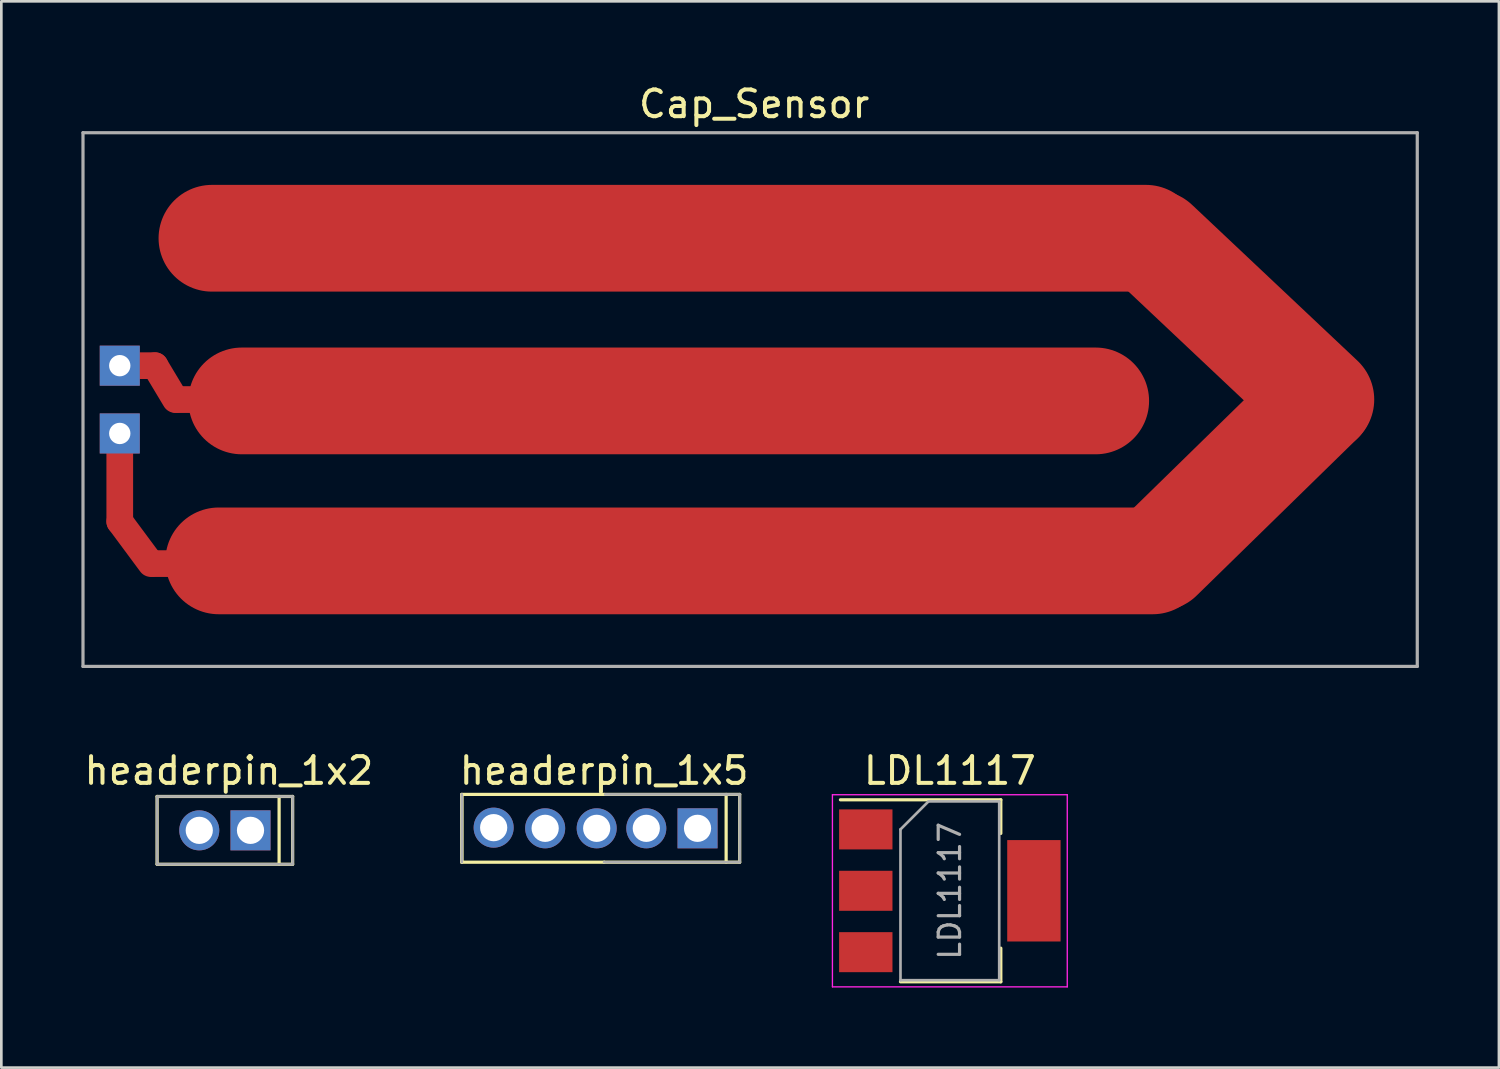
<source format=kicad_pcb>
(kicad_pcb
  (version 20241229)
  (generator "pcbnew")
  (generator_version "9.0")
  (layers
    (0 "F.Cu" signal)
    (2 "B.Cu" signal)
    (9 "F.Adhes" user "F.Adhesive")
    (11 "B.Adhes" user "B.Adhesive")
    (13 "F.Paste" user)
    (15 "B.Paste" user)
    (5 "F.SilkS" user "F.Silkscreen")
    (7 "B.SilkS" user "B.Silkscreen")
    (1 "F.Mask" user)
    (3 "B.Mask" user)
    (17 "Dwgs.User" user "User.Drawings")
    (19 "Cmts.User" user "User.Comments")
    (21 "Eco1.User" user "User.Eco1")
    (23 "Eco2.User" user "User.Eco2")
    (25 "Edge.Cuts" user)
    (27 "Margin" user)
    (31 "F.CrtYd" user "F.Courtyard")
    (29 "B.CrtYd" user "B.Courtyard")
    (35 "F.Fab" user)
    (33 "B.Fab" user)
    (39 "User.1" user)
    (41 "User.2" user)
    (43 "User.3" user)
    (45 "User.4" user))
  (footprint "Cap_Sensor"
    (layer "F.Cu")
    (at 25.06 11.923)
    (property "Reference" "Cap_Sensor" (at 0.152 -11.074 0) (layer "F.SilkS") (effects (font (size 1 1) (thickness 0.15))))
    (attr through_hole)
    (fp_line (start -23.622 1.27) (end -23.622 4.572) (stroke (width 1) (type solid)) (layer "F.Cu"))
    (fp_line (start -23.622 4.572) (end -22.454 6.147) (stroke (width 1) (type solid)) (layer "F.Cu"))
    (fp_line (start -23.571 -1.27) (end -22.301 -1.27) (stroke (width 1) (type solid)) (layer "F.Cu"))
    (fp_line (start -22.352 6.147) (end -21.031 6.147) (stroke (width 1) (type solid)) (layer "F.Cu"))
    (fp_line (start -22.301 -1.27) (end -21.539 0) (stroke (width 1) (type solid)) (layer "F.Cu"))
    (fp_line (start -21.488 0) (end -20.676 0) (stroke (width 1) (type solid)) (layer "F.Cu"))
    (fp_line (start -20.168 -6.045) (end 14.832 -6.045) (stroke (width 4) (type solid)) (layer "F.Cu"))
    (fp_line (start -19.914 6.045) (end 15.086 6.045) (stroke (width 4) (type solid)) (layer "F.Cu"))
    (fp_line (start -19.05 0.051) (end 12.95 0.051) (stroke (width 4) (type solid)) (layer "F.Cu"))
    (fp_line (start 15.336 5.914) (end 21.336 0.051) (stroke (width 4) (type solid)) (layer "F.Cu"))
    (fp_line (start 21.387 0) (end 15.189 -5.842) (stroke (width 4) (type solid)) (layer "F.Cu"))
    (fp_line (start -25 -10) (end -25 10) (stroke (width 0.12) (type solid)) (layer "F.Fab"))
    (fp_line (start -25 -10) (end 25 -10) (stroke (width 0.12) (type solid)) (layer "F.Fab"))
    (fp_line (start -25 10) (end 25 10) (stroke (width 0.12) (type solid)) (layer "F.Fab"))
    (fp_line (start 25 -10) (end 25 10) (stroke (width 0.12) (type solid)) (layer "F.Fab"))
    (pad "1" thru_hole rect (at -23.622 -1.27) (size 1.5 1.5) (drill 0.8) (layers "*.Cu" "*.Mask"))
    (pad "2" thru_hole rect (at -23.622 1.27) (size 1.5 1.5) (drill 0.8) (layers "*.Cu" "*.Mask")))
  (footprint "headerpin_1x5"
    (layer "F.Cu")
    (at 19.335 27.99)
    (property "Reference" "headerpin_1x5" (at 0.254 -2.159 0) (layer "F.SilkS") (effects (font (size 1 1) (thickness 0.15))))
    (attr through_hole)
    (fp_line (start -5.08 -1.27) (end -5.08 1.27) (stroke (width 0.12) (type solid)) (layer "F.SilkS"))
    (fp_line (start -5.08 1.27) (end -5.08 -1.27) (stroke (width 0.12) (type solid)) (layer "F.SilkS"))
    (fp_line (start -5.08 1.27) (end 0.254 1.27) (stroke (width 0.12) (type solid)) (layer "F.SilkS"))
    (fp_line (start 0.254 -1.27) (end -5.08 -1.27) (stroke (width 0.12) (type solid)) (layer "F.SilkS"))
    (fp_line (start 0.254 -1.27) (end 5.334 -1.27) (stroke (width 0.12) (type solid)) (layer "F.SilkS"))
    (fp_line (start 4.826 -1.27) (end 4.826 1.27) (stroke (width 0.12) (type solid)) (layer "F.SilkS"))
    (fp_line (start 5.334 -1.27) (end 5.334 1.27) (stroke (width 0.12) (type solid)) (layer "F.SilkS"))
    (fp_line (start 5.334 1.27) (end 0.254 1.27) (stroke (width 0.12) (type solid)) (layer "F.SilkS"))
    (fp_line (start -5.08 1.27) (end -5.08 -1.27) (stroke (width 0.1) (type solid)) (layer "F.Fab"))
    (fp_line (start 5.334 -1.27) (end 0.294 -1.27) (stroke (width 0.1) (type solid)) (layer "F.Fab"))
    (fp_line (start 5.334 1.27) (end 0.254 1.27) (stroke (width 0.1) (type solid)) (layer "F.Fab"))
    (fp_line (start 5.334 1.27) (end 5.334 -1.27) (stroke (width 0.1) (type solid)) (layer "F.Fab"))
    (pad "1" thru_hole circle (at -3.886 -0.025) (size 1.5 1.5) (drill 1.02) (layers "*.Cu" "*.Mask"))
    (pad "1" thru_hole circle (at -1.956 0) (size 1.5 1.5) (drill 1.02) (layers "*.Cu" "*.Mask"))
    (pad "1" thru_hole circle (at -0.025 0) (size 1.5 1.5) (drill 1.02) (layers "*.Cu" "*.Mask"))
    (pad "1" thru_hole circle (at 1.834 0) (size 1.5 1.5) (drill 1.02) (layers "*.Cu" "*.Mask"))
    (pad "2" thru_hole rect (at 3.754 0) (size 1.5 1.5) (drill 1.02) (layers "*.Cu" "*.Mask")))
  (footprint "LDL1117"
    (layer "F.Cu")
    (at 32.544 30.331)
    (property "Reference" "LDL1117" (at 0 -4.5 0) (layer "F.SilkS") (effects (font (size 1 1) (thickness 0.15))))
    (attr smd)
    (fp_line (start -4.1 -3.41) (end 1.91 -3.41) (stroke (width 0.12) (type solid)) (layer "F.SilkS"))
    (fp_line (start -1.85 3.41) (end 1.91 3.41) (stroke (width 0.12) (type solid)) (layer "F.SilkS"))
    (fp_line (start 1.91 -3.41) (end 1.91 -2.15) (stroke (width 0.12) (type solid)) (layer "F.SilkS"))
    (fp_line (start 1.91 3.41) (end 1.91 2.15) (stroke (width 0.12) (type solid)) (layer "F.SilkS"))
    (fp_line (start -4.4 -3.6) (end -4.4 3.6) (stroke (width 0.05) (type solid)) (layer "F.CrtYd"))
    (fp_line (start -4.4 3.6) (end 4.4 3.6) (stroke (width 0.05) (type solid)) (layer "F.CrtYd"))
    (fp_line (start 4.4 -3.6) (end -4.4 -3.6) (stroke (width 0.05) (type solid)) (layer "F.CrtYd"))
    (fp_line (start 4.4 3.6) (end 4.4 -3.6) (stroke (width 0.05) (type solid)) (layer "F.CrtYd"))
    (fp_line (start -1.85 -2.3) (end -1.85 3.35) (stroke (width 0.1) (type solid)) (layer "F.Fab"))
    (fp_line (start -1.85 -2.3) (end -0.8 -3.35) (stroke (width 0.1) (type solid)) (layer "F.Fab"))
    (fp_line (start -1.85 3.35) (end 1.85 3.35) (stroke (width 0.1) (type solid)) (layer "F.Fab"))
    (fp_line (start -0.8 -3.35) (end 1.85 -3.35) (stroke (width 0.1) (type solid)) (layer "F.Fab"))
    (fp_line (start 1.85 -3.35) (end 1.85 3.35) (stroke (width 0.1) (type solid)) (layer "F.Fab"))
    (fp_text user "${REFERENCE}" (at 0 0 90) (layer "F.Fab") (effects (font (size 0.8 0.8) (thickness 0.12))))
    (pad "1" smd rect (at -3.15 -2.3) (size 2 1.5) (layers "F.Cu" "F.Mask" "F.Paste"))
    (pad "2" smd rect (at -3.15 2.3) (size 2 1.5) (layers "F.Cu" "F.Mask" "F.Paste"))
    (pad "3" smd rect (at -3.15 0) (size 2 1.5) (layers "F.Cu" "F.Mask" "F.Paste"))
    (pad "3" smd rect (at 3.15 0) (size 2 3.8) (layers "F.Cu" "F.Mask" "F.Paste")))
  (footprint "headerpin_1x2"
    (layer "F.Cu")
    (at 5.377 28.066)
    (property "Reference" "headerpin_1x2" (at 0.152 -2.235 0) (layer "F.SilkS") (effects (font (size 1 1) (thickness 0.15))))
    (attr through_hole)
    (fp_line (start -2.54 -1.27) (end 2.54 -1.27) (stroke (width 0.12) (type solid)) (layer "F.SilkS"))
    (fp_line (start -2.54 1.27) (end -2.54 -1.27) (stroke (width 0.12) (type solid)) (layer "F.SilkS"))
    (fp_line (start 2.032 -1.27) (end 2.032 1.27) (stroke (width 0.12) (type solid)) (layer "F.SilkS"))
    (fp_line (start 2.54 -1.27) (end 2.54 1.27) (stroke (width 0.12) (type solid)) (layer "F.SilkS"))
    (fp_line (start 2.54 1.27) (end -2.54 1.27) (stroke (width 0.12) (type solid)) (layer "F.SilkS"))
    (fp_line (start -2.54 1.27) (end -2.54 -1.27) (stroke (width 0.1) (type solid)) (layer "F.Fab"))
    (fp_line (start 2.54 -1.27) (end -2.5 -1.27) (stroke (width 0.1) (type solid)) (layer "F.Fab"))
    (fp_line (start 2.54 1.27) (end -2.54 1.27) (stroke (width 0.1) (type solid)) (layer "F.Fab"))
    (fp_line (start 2.54 1.27) (end 2.54 -1.27) (stroke (width 0.1) (type solid)) (layer "F.Fab"))
    (pad "1" thru_hole circle (at -0.96 0) (size 1.5 1.5) (drill 1.02) (layers "*.Cu" "*.Mask"))
    (pad "2" thru_hole rect (at 0.96 0) (size 1.5 1.5) (drill 1.02) (layers "*.Cu" "*.Mask")))
  (gr_rect
    (start -3 -3)
    (end 53.12 36.956)
    (stroke (width 0.1) (type default))
    (fill no)
    (layer "Edge.Cuts")))
</source>
